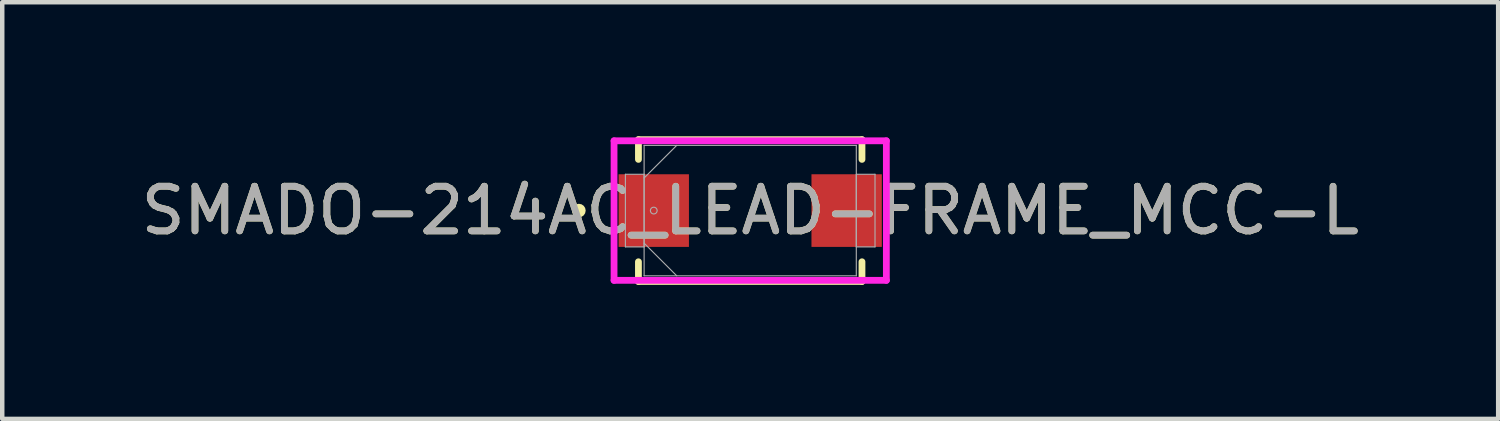
<source format=kicad_pcb>
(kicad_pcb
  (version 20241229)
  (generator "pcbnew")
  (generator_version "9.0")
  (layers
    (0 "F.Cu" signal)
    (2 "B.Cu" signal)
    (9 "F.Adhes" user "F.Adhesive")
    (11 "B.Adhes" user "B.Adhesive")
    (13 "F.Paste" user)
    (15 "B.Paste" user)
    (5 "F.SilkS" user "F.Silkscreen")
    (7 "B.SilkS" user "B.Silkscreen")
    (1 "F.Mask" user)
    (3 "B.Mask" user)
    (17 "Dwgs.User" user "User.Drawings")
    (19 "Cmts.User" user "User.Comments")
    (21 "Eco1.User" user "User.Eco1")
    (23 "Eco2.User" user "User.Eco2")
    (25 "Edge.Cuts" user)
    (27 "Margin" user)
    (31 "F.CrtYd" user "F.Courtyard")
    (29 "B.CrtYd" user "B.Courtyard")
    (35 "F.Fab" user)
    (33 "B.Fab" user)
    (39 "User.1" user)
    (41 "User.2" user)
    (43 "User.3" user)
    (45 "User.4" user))
  (footprint "SMADO-214AC_LEAD-FRAME_MCC-L"
    (layer "F.Cu")
    (at 13.744 1.664)
    (property "Reference" "SMADO-214AC_LEAD-FRAME_MCC-L" (at 0 0 0) (unlocked yes) (layer "F.SilkS") (effects (font (size 1 1) (thickness 0.15))))
    (attr smd)
    (fp_line (start -2.502 -1.587) (end -2.502 -1.146) (stroke (width 0.152) (type solid)) (layer "F.SilkS"))
    (fp_line (start -2.502 1.146) (end -2.502 1.587) (stroke (width 0.152) (type solid)) (layer "F.SilkS"))
    (fp_line (start -2.502 1.587) (end 2.502 1.587) (stroke (width 0.152) (type solid)) (layer "F.SilkS"))
    (fp_line (start 2.502 -1.587) (end -2.502 -1.587) (stroke (width 0.152) (type solid)) (layer "F.SilkS"))
    (fp_line (start 2.502 -1.146) (end 2.502 -1.587) (stroke (width 0.152) (type solid)) (layer "F.SilkS"))
    (fp_line (start 2.502 1.587) (end 2.502 1.146) (stroke (width 0.152) (type solid)) (layer "F.SilkS"))
    (fp_circle (center -3.835 0) (end -3.759 0) (stroke (width 0.152) (type solid)) (fill no) (layer "F.SilkS"))
    (fp_line (start -3.048 -1.562) (end 3.048 -1.562) (stroke (width 0.152) (type solid)) (layer "F.CrtYd"))
    (fp_line (start -3.048 1.562) (end -3.048 -1.562) (stroke (width 0.152) (type solid)) (layer "F.CrtYd"))
    (fp_line (start 3.048 -1.562) (end 3.048 1.562) (stroke (width 0.152) (type solid)) (layer "F.CrtYd"))
    (fp_line (start 3.048 1.562) (end -3.048 1.562) (stroke (width 0.152) (type solid)) (layer "F.CrtYd"))
    (fp_line (start -2.794 -0.813) (end -2.794 0.813) (stroke (width 0.025) (type solid)) (layer "F.Fab"))
    (fp_line (start -2.794 0.813) (end -2.375 0.813) (stroke (width 0.025) (type solid)) (layer "F.Fab"))
    (fp_line (start -2.375 -1.46) (end -2.375 1.46) (stroke (width 0.025) (type solid)) (layer "F.Fab"))
    (fp_line (start -2.375 -0.813) (end -2.794 -0.813) (stroke (width 0.025) (type solid)) (layer "F.Fab"))
    (fp_line (start -2.375 -0.73) (end -1.645 -1.46) (stroke (width 0.025) (type solid)) (layer "F.Fab"))
    (fp_line (start -2.375 0.73) (end -1.645 1.46) (stroke (width 0.025) (type solid)) (layer "F.Fab"))
    (fp_line (start -2.375 0.813) (end -2.375 -0.813) (stroke (width 0.025) (type solid)) (layer "F.Fab"))
    (fp_line (start -2.375 1.46) (end 2.375 1.46) (stroke (width 0.025) (type solid)) (layer "F.Fab"))
    (fp_line (start 2.375 -1.46) (end -2.375 -1.46) (stroke (width 0.025) (type solid)) (layer "F.Fab"))
    (fp_line (start 2.375 -0.813) (end 2.375 0.813) (stroke (width 0.025) (type solid)) (layer "F.Fab"))
    (fp_line (start 2.375 0.813) (end 2.794 0.813) (stroke (width 0.025) (type solid)) (layer "F.Fab"))
    (fp_line (start 2.375 1.46) (end 2.375 -1.46) (stroke (width 0.025) (type solid)) (layer "F.Fab"))
    (fp_line (start 2.794 -0.813) (end 2.375 -0.813) (stroke (width 0.025) (type solid)) (layer "F.Fab"))
    (fp_line (start 2.794 0.813) (end 2.794 -0.813) (stroke (width 0.025) (type solid)) (layer "F.Fab"))
    (fp_circle (center -2.159 0) (end -2.083 0) (stroke (width 0.025) (type solid)) (fill no) (layer "F.Fab"))
    (fp_text user "${REFERENCE}" (at 0 0 0) (unlocked yes) (layer "F.Fab") (effects (font (size 1 1) (thickness 0.15))))
    (pad "1" smd rect (at -2.159 0) (size 1.575 1.626) (layers "F.Cu" "F.Mask" "F.Paste"))
    (pad "2" smd rect (at 2.159 0) (size 1.575 1.626) (layers "F.Cu" "F.Mask" "F.Paste"))
    (zone (net_name "") (layer "F.Cu") (hatch full 0.508) (connect_pads) (min_thickness 0.254) (filled_areas_thickness no) (keepout (tracks not_allowed) (vias not_allowed) (pads allowed) (copperpour not_allowed) (footprints allowed)) (placement (enabled no)) (fill) (polygon (pts (xy 12.423 0.254) (xy 15.065 0.254) (xy 15.065 3.073) (xy 12.423 3.073)))))
  (gr_rect
    (start -3 -3)
    (end 30.488 6.327)
    (stroke (width 0.1) (type default))
    (fill no)
    (layer "Edge.Cuts")))
</source>
